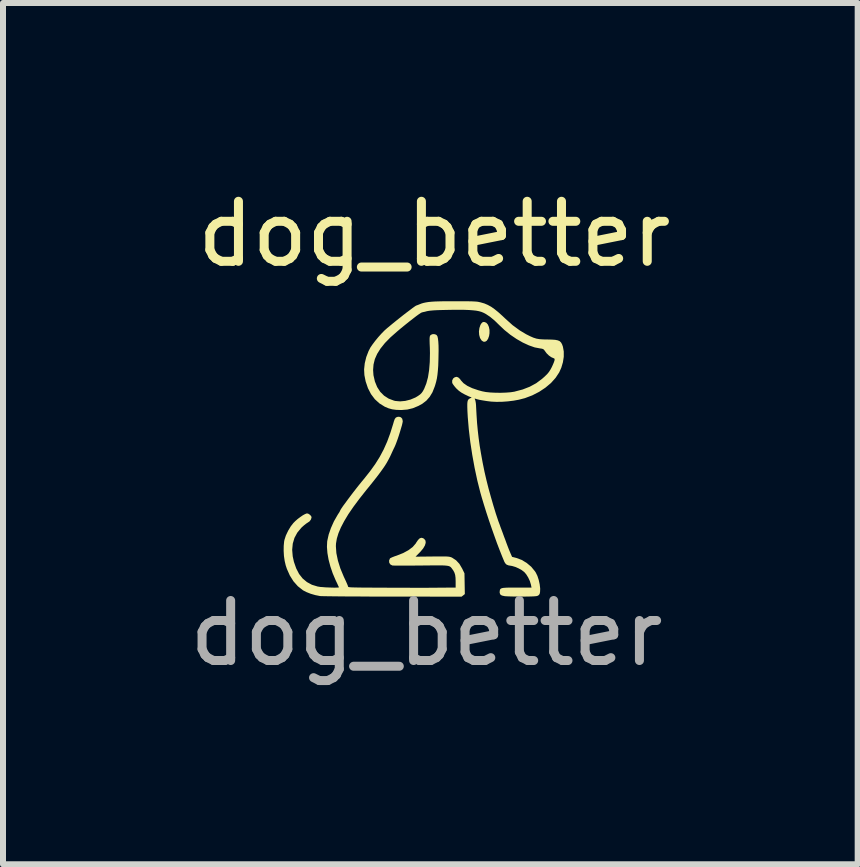
<source format=kicad_pcb>
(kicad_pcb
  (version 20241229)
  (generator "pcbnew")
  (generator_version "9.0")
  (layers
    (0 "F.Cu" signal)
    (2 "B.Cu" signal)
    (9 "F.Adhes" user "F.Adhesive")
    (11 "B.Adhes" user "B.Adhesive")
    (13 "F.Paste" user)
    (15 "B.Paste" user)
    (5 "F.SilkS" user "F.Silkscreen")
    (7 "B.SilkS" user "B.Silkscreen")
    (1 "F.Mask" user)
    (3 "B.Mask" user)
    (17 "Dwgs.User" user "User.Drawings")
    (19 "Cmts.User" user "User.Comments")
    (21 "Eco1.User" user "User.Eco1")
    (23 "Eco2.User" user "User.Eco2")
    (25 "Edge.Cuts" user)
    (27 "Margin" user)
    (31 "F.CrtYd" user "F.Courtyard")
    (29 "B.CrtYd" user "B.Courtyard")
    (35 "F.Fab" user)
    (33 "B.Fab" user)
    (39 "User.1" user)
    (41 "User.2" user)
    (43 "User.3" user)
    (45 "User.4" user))
  (footprint "dog_better"
    (layer "F.Cu")
    (at 4.054 4.998)
    (property "Reference" "dog_better" (at 0.13 -4.15 0) (unlocked yes) (layer "F.SilkS") (effects (font (size 1 1) (thickness 0.15))))
    (fp_poly (pts (xy 0.965 -2.684) (xy 0.996 -2.672) (xy 1.022 -2.643) (xy 1.04 -2.602) (xy 1.05 -2.552) (xy 1.05 -2.497) (xy 1.043 -2.452) (xy 1.026 -2.404) (xy 1.003 -2.371) (xy 0.975 -2.355) (xy 0.946 -2.357) (xy 0.917 -2.378) (xy 0.917 -2.378) (xy 0.892 -2.418) (xy 0.878 -2.469) (xy 0.874 -2.526) (xy 0.882 -2.584) (xy 0.899 -2.635) (xy 0.912 -2.657) (xy 0.931 -2.678) (xy 0.952 -2.685)) (stroke (width 0) (type solid)) (fill yes) (layer "F.SilkS"))
    (fp_poly (pts (xy -0.426 -1.097) (xy -0.404 -1.073) (xy -0.396 -1.037) (xy -0.395 -1.031) (xy -0.399 -1.006) (xy -0.408 -0.966) (xy -0.423 -0.916) (xy -0.44 -0.858) (xy -0.459 -0.797) (xy -0.479 -0.737) (xy -0.499 -0.682) (xy -0.517 -0.635) (xy -0.532 -0.601) (xy -0.536 -0.593) (xy -0.545 -0.575) (xy -0.559 -0.545) (xy -0.576 -0.508) (xy -0.581 -0.497) (xy -0.606 -0.443) (xy -0.632 -0.393) (xy -0.66 -0.342) (xy -0.692 -0.29) (xy -0.73 -0.235) (xy -0.774 -0.174) (xy -0.827 -0.104) (xy -0.889 -0.025) (xy -0.963 0.067) (xy -1.001 0.113) (xy -1.116 0.259) (xy -1.216 0.393) (xy -1.301 0.517) (xy -1.37 0.632) (xy -1.425 0.737) (xy -1.466 0.834) (xy -1.493 0.923) (xy -1.507 1.006) (xy -1.509 1.051) (xy -1.501 1.166) (xy -1.475 1.291) (xy -1.434 1.422) (xy -1.377 1.559) (xy -1.361 1.593) (xy -1.34 1.638) (xy -1.323 1.677) (xy -1.311 1.706) (xy -1.306 1.722) (xy -1.306 1.722) (xy -1.305 1.726) (xy -1.301 1.729) (xy -1.292 1.732) (xy -1.277 1.734) (xy -1.253 1.736) (xy -1.221 1.737) (xy -1.177 1.738) (xy -1.121 1.739) (xy -1.051 1.74) (xy -0.966 1.74) (xy -0.863 1.741) (xy -0.742 1.741) (xy -0.734 1.741) (xy -0.626 1.742) (xy -0.523 1.742) (xy -0.426 1.742) (xy -0.338 1.742) (xy -0.26 1.743) (xy -0.196 1.743) (xy -0.146 1.743) (xy -0.113 1.743) (xy -0.101 1.743) (xy -0.074 1.743) (xy -0.031 1.743) (xy 0.026 1.743) (xy 0.092 1.742) (xy 0.165 1.742) (xy 0.223 1.741) (xy 0.486 1.74) (xy 0.486 1.638) (xy 0.484 1.576) (xy 0.478 1.529) (xy 0.466 1.491) (xy 0.447 1.455) (xy 0.429 1.43) (xy 0.418 1.415) (xy 0.408 1.403) (xy 0.396 1.393) (xy 0.382 1.385) (xy 0.362 1.379) (xy 0.336 1.375) (xy 0.302 1.372) (xy 0.257 1.37) (xy 0.199 1.37) (xy 0.128 1.37) (xy 0.04 1.371) (xy -0.065 1.372) (xy -0.097 1.372) (xy -0.191 1.373) (xy -0.28 1.374) (xy -0.361 1.374) (xy -0.431 1.374) (xy -0.49 1.374) (xy -0.535 1.373) (xy -0.562 1.372) (xy -0.57 1.371) (xy -0.602 1.354) (xy -0.62 1.326) (xy -0.623 1.291) (xy -0.609 1.256) (xy -0.609 1.255) (xy -0.597 1.247) (xy -0.569 1.234) (xy -0.531 1.219) (xy -0.495 1.207) (xy -0.387 1.164) (xy -0.299 1.116) (xy -0.229 1.063) (xy -0.178 1.004) (xy -0.171 0.991) (xy -0.14 0.946) (xy -0.112 0.919) (xy -0.085 0.91) (xy -0.056 0.917) (xy -0.037 0.93) (xy -0.016 0.958) (xy -0.013 0.994) (xy -0.026 1.038) (xy -0.056 1.089) (xy -0.102 1.144) (xy -0.118 1.16) (xy -0.182 1.225) (xy 0.099 1.222) (xy 0.182 1.221) (xy 0.247 1.221) (xy 0.297 1.221) (xy 0.335 1.222) (xy 0.363 1.224) (xy 0.384 1.227) (xy 0.4 1.231) (xy 0.415 1.236) (xy 0.429 1.243) (xy 0.493 1.285) (xy 0.548 1.344) (xy 0.594 1.422) (xy 0.596 1.426) (xy 0.633 1.502) (xy 0.639 1.848) (xy 0.585 1.891) (xy -0.566 1.89) (xy -0.718 1.89) (xy -0.866 1.89) (xy -1.007 1.889) (xy -1.14 1.888) (xy -1.265 1.888) (xy -1.38 1.887) (xy -1.482 1.886) (xy -1.572 1.885) (xy -1.648 1.884) (xy -1.707 1.883) (xy -1.75 1.882) (xy -1.774 1.881) (xy -1.777 1.88) (xy -1.852 1.865) (xy -1.928 1.843) (xy -1.999 1.815) (xy -2.057 1.785) (xy -2.061 1.782) (xy -2.143 1.717) (xy -2.215 1.636) (xy -2.276 1.539) (xy -2.325 1.429) (xy -2.345 1.369) (xy -2.362 1.296) (xy -2.374 1.214) (xy -2.379 1.128) (xy -2.378 1.045) (xy -2.371 0.972) (xy -2.366 0.946) (xy -2.342 0.872) (xy -2.305 0.794) (xy -2.26 0.719) (xy -2.217 0.664) (xy -2.184 0.631) (xy -2.144 0.596) (xy -2.101 0.564) (xy -2.059 0.535) (xy -2.022 0.515) (xy -1.995 0.505) (xy -1.989 0.504) (xy -1.965 0.511) (xy -1.939 0.529) (xy -1.92 0.551) (xy -1.914 0.569) (xy -1.924 0.605) (xy -1.949 0.638) (xy -1.979 0.658) (xy -2.005 0.675) (xy -2.039 0.702) (xy -2.075 0.734) (xy -2.087 0.746) (xy -2.152 0.825) (xy -2.199 0.912) (xy -2.227 1.007) (xy -2.237 1.11) (xy -2.228 1.22) (xy -2.208 1.311) (xy -2.17 1.42) (xy -2.122 1.513) (xy -2.062 1.589) (xy -1.991 1.648) (xy -1.908 1.693) (xy -1.813 1.722) (xy -1.799 1.724) (xy -1.77 1.729) (xy -1.729 1.732) (xy -1.681 1.736) (xy -1.629 1.738) (xy -1.578 1.74) (xy -1.532 1.741) (xy -1.494 1.74) (xy -1.468 1.739) (xy -1.458 1.736) (xy -1.458 1.736) (xy -1.462 1.726) (xy -1.474 1.701) (xy -1.49 1.665) (xy -1.511 1.622) (xy -1.514 1.615) (xy -1.562 1.502) (xy -1.601 1.387) (xy -1.631 1.273) (xy -1.65 1.164) (xy -1.658 1.062) (xy -1.654 0.973) (xy -1.652 0.96) (xy -1.629 0.856) (xy -1.591 0.747) (xy -1.542 0.637) (xy -1.482 0.532) (xy -1.473 0.517) (xy -1.454 0.489) (xy -1.442 0.467) (xy -1.438 0.458) (xy -1.432 0.445) (xy -1.415 0.418) (xy -1.389 0.38) (xy -1.354 0.333) (xy -1.314 0.278) (xy -1.269 0.218) (xy -1.222 0.156) (xy -1.173 0.093) (xy -1.125 0.032) (xy -1.078 -0.026) (xy -1.043 -0.068) (xy -0.942 -0.195) (xy -0.854 -0.317) (xy -0.779 -0.437) (xy -0.713 -0.561) (xy -0.655 -0.691) (xy -0.603 -0.832) (xy -0.554 -0.989) (xy -0.543 -1.028) (xy -0.528 -1.069) (xy -0.509 -1.093) (xy -0.482 -1.104) (xy -0.457 -1.106)) (stroke (width 0) (type solid)) (fill yes) (layer "F.SilkS"))
    (fp_poly (pts (xy 0.568 -3.03) (xy 0.646 -3.03) (xy 0.709 -3.029) (xy 0.759 -3.028) (xy 0.799 -3.026) (xy 0.831 -3.024) (xy 0.857 -3.021) (xy 0.88 -3.016) (xy 0.903 -3.011) (xy 0.906 -3.01) (xy 0.965 -2.993) (xy 1.021 -2.969) (xy 1.076 -2.939) (xy 1.133 -2.899) (xy 1.195 -2.849) (xy 1.265 -2.786) (xy 1.318 -2.736) (xy 1.435 -2.631) (xy 1.554 -2.544) (xy 1.661 -2.48) (xy 1.727 -2.447) (xy 1.782 -2.423) (xy 1.833 -2.407) (xy 1.887 -2.398) (xy 1.948 -2.394) (xy 2.015 -2.393) (xy 2.09 -2.391) (xy 2.146 -2.387) (xy 2.189 -2.378) (xy 2.22 -2.364) (xy 2.242 -2.342) (xy 2.259 -2.312) (xy 2.273 -2.272) (xy 2.287 -2.193) (xy 2.287 -2.105) (xy 2.273 -2.014) (xy 2.246 -1.923) (xy 2.211 -1.845) (xy 2.151 -1.754) (xy 2.074 -1.668) (xy 1.981 -1.59) (xy 1.877 -1.521) (xy 1.762 -1.462) (xy 1.64 -1.416) (xy 1.54 -1.39) (xy 1.452 -1.374) (xy 1.355 -1.362) (xy 1.257 -1.355) (xy 1.163 -1.354) (xy 1.081 -1.358) (xy 1.072 -1.359) (xy 1.007 -1.367) (xy 0.944 -1.377) (xy 0.887 -1.387) (xy 0.842 -1.398) (xy 0.817 -1.406) (xy 0.804 -1.409) (xy 0.804 -1.401) (xy 0.81 -1.39) (xy 0.816 -1.369) (xy 0.822 -1.335) (xy 0.826 -1.293) (xy 0.826 -1.285) (xy 0.834 -1.135) (xy 0.843 -0.999) (xy 0.855 -0.873) (xy 0.869 -0.751) (xy 0.886 -0.627) (xy 0.908 -0.495) (xy 0.934 -0.351) (xy 0.942 -0.311) (xy 0.967 -0.188) (xy 0.998 -0.054) (xy 1.034 0.089) (xy 1.074 0.233) (xy 1.115 0.375) (xy 1.156 0.509) (xy 1.197 0.632) (xy 1.221 0.696) (xy 1.232 0.728) (xy 1.249 0.773) (xy 1.27 0.829) (xy 1.292 0.89) (xy 1.311 0.939) (xy 1.333 1) (xy 1.355 1.058) (xy 1.375 1.11) (xy 1.392 1.15) (xy 1.401 1.172) (xy 1.426 1.228) (xy 1.497 1.246) (xy 1.586 1.279) (xy 1.669 1.329) (xy 1.744 1.392) (xy 1.806 1.467) (xy 1.82 1.488) (xy 1.848 1.545) (xy 1.87 1.613) (xy 1.886 1.686) (xy 1.894 1.754) (xy 1.894 1.767) (xy 1.892 1.814) (xy 1.885 1.846) (xy 1.87 1.866) (xy 1.846 1.879) (xy 1.842 1.88) (xy 1.823 1.883) (xy 1.787 1.886) (xy 1.737 1.888) (xy 1.679 1.889) (xy 1.613 1.89) (xy 1.546 1.89) (xy 1.479 1.889) (xy 1.416 1.888) (xy 1.361 1.886) (xy 1.318 1.884) (xy 1.299 1.882) (xy 1.255 1.872) (xy 1.229 1.854) (xy 1.219 1.825) (xy 1.22 1.8) (xy 1.223 1.782) (xy 1.228 1.768) (xy 1.238 1.758) (xy 1.255 1.75) (xy 1.28 1.745) (xy 1.317 1.742) (xy 1.368 1.74) (xy 1.434 1.74) (xy 1.505 1.74) (xy 1.75 1.74) (xy 1.74 1.691) (xy 1.722 1.631) (xy 1.694 1.571) (xy 1.661 1.518) (xy 1.629 1.481) (xy 1.587 1.449) (xy 1.535 1.42) (xy 1.48 1.396) (xy 1.43 1.381) (xy 1.415 1.378) (xy 1.367 1.37) (xy 1.334 1.357) (xy 1.312 1.335) (xy 1.297 1.309) (xy 1.261 1.222) (xy 1.22 1.119) (xy 1.176 1.004) (xy 1.131 0.879) (xy 1.085 0.749) (xy 1.04 0.618) (xy 0.997 0.487) (xy 0.958 0.362) (xy 0.923 0.246) (xy 0.897 0.155) (xy 0.847 -0.044) (xy 0.802 -0.254) (xy 0.763 -0.469) (xy 0.73 -0.685) (xy 0.705 -0.897) (xy 0.688 -1.098) (xy 0.682 -1.203) (xy 0.68 -1.27) (xy 0.68 -1.319) (xy 0.683 -1.355) (xy 0.69 -1.38) (xy 0.701 -1.396) (xy 0.718 -1.409) (xy 0.733 -1.416) (xy 0.749 -1.425) (xy 0.75 -1.43) (xy 0.748 -1.43) (xy 0.732 -1.435) (xy 0.703 -1.446) (xy 0.666 -1.464) (xy 0.64 -1.476) (xy 0.584 -1.507) (xy 0.54 -1.538) (xy 0.501 -1.574) (xy 0.492 -1.583) (xy 0.465 -1.615) (xy 0.443 -1.645) (xy 0.43 -1.667) (xy 0.429 -1.67) (xy 0.428 -1.709) (xy 0.444 -1.743) (xy 0.47 -1.763) (xy 0.5 -1.771) (xy 0.528 -1.762) (xy 0.557 -1.736) (xy 0.574 -1.712) (xy 0.617 -1.665) (xy 0.68 -1.621) (xy 0.762 -1.582) (xy 0.865 -1.547) (xy 0.927 -1.53) (xy 0.988 -1.518) (xy 1.064 -1.51) (xy 1.148 -1.506) (xy 1.237 -1.505) (xy 1.323 -1.508) (xy 1.402 -1.514) (xy 1.467 -1.524) (xy 1.469 -1.525) (xy 1.602 -1.56) (xy 1.72 -1.606) (xy 1.827 -1.664) (xy 1.925 -1.737) (xy 1.966 -1.773) (xy 2.009 -1.815) (xy 2.04 -1.852) (xy 2.065 -1.891) (xy 2.086 -1.93) (xy 2.105 -1.971) (xy 2.121 -2.009) (xy 2.131 -2.038) (xy 2.133 -2.044) (xy 2.135 -2.067) (xy 2.127 -2.078) (xy 2.115 -2.082) (xy 2.079 -2.098) (xy 2.039 -2.126) (xy 2.002 -2.162) (xy 1.979 -2.193) (xy 1.96 -2.219) (xy 1.944 -2.233) (xy 1.921 -2.24) (xy 1.893 -2.244) (xy 1.803 -2.261) (xy 1.706 -2.295) (xy 1.604 -2.342) (xy 1.501 -2.401) (xy 1.398 -2.471) (xy 1.3 -2.55) (xy 1.215 -2.63) (xy 1.134 -2.709) (xy 1.059 -2.771) (xy 0.99 -2.817) (xy 0.948 -2.839) (xy 0.914 -2.853) (xy 0.875 -2.864) (xy 0.829 -2.873) (xy 0.774 -2.879) (xy 0.708 -2.884) (xy 0.629 -2.887) (xy 0.534 -2.887) (xy 0.423 -2.887) (xy 0.365 -2.886) (xy 0.27 -2.884) (xy 0.193 -2.882) (xy 0.131 -2.879) (xy 0.083 -2.875) (xy 0.045 -2.871) (xy 0.017 -2.866) (xy 0.01 -2.865) (xy -0.027 -2.855) (xy -0.06 -2.848) (xy -0.078 -2.843) (xy -0.095 -2.835) (xy -0.126 -2.814) (xy -0.169 -2.783) (xy -0.222 -2.742) (xy -0.285 -2.693) (xy -0.355 -2.637) (xy -0.431 -2.575) (xy -0.49 -2.525) (xy -0.6 -2.428) (xy -0.692 -2.334) (xy -0.765 -2.243) (xy -0.821 -2.154) (xy -0.86 -2.066) (xy -0.882 -1.976) (xy -0.889 -1.885) (xy -0.883 -1.798) (xy -0.859 -1.693) (xy -0.821 -1.6) (xy -0.77 -1.521) (xy -0.706 -1.457) (xy -0.63 -1.408) (xy -0.543 -1.375) (xy -0.519 -1.369) (xy -0.439 -1.362) (xy -0.353 -1.37) (xy -0.266 -1.392) (xy -0.183 -1.427) (xy -0.14 -1.453) (xy -0.105 -1.478) (xy -0.081 -1.502) (xy -0.06 -1.531) (xy -0.038 -1.572) (xy -0.038 -1.572) (xy -0.003 -1.659) (xy 0.025 -1.763) (xy 0.044 -1.883) (xy 0.055 -2.018) (xy 0.058 -2.167) (xy 0.056 -2.259) (xy 0.053 -2.325) (xy 0.052 -2.374) (xy 0.052 -2.409) (xy 0.054 -2.432) (xy 0.057 -2.448) (xy 0.062 -2.458) (xy 0.066 -2.464) (xy 0.093 -2.48) (xy 0.126 -2.483) (xy 0.158 -2.474) (xy 0.171 -2.464) (xy 0.183 -2.445) (xy 0.191 -2.41) (xy 0.197 -2.359) (xy 0.201 -2.291) (xy 0.202 -2.206) (xy 0.2 -2.102) (xy 0.199 -2.053) (xy 0.196 -1.956) (xy 0.19 -1.875) (xy 0.183 -1.806) (xy 0.174 -1.745) (xy 0.161 -1.688) (xy 0.145 -1.632) (xy 0.137 -1.608) (xy 0.1 -1.514) (xy 0.054 -1.438) (xy -0.002 -1.374) (xy -0.071 -1.321) (xy -0.135 -1.286) (xy -0.227 -1.248) (xy -0.318 -1.226) (xy -0.416 -1.218) (xy -0.427 -1.218) (xy -0.506 -1.221) (xy -0.572 -1.23) (xy -0.633 -1.247) (xy -0.695 -1.273) (xy -0.696 -1.274) (xy -0.783 -1.328) (xy -0.86 -1.398) (xy -0.924 -1.483) (xy -0.975 -1.582) (xy -1.013 -1.694) (xy -1.034 -1.799) (xy -1.039 -1.895) (xy -1.028 -1.997) (xy -1.003 -2.1) (xy -0.965 -2.199) (xy -0.934 -2.259) (xy -0.899 -2.31) (xy -0.854 -2.37) (xy -0.803 -2.432) (xy -0.75 -2.491) (xy -0.701 -2.541) (xy -0.689 -2.552) (xy -0.654 -2.583) (xy -0.609 -2.62) (xy -0.557 -2.663) (xy -0.5 -2.709) (xy -0.441 -2.756) (xy -0.383 -2.802) (xy -0.327 -2.845) (xy -0.275 -2.884) (xy -0.232 -2.917) (xy -0.198 -2.941) (xy -0.177 -2.955) (xy -0.173 -2.957) (xy -0.143 -2.968) (xy -0.118 -2.978) (xy -0.116 -2.979) (xy -0.083 -2.992) (xy -0.049 -3.002) (xy -0.011 -3.01) (xy 0.032 -3.017) (xy 0.083 -3.022) (xy 0.144 -3.026) (xy 0.217 -3.028) (xy 0.305 -3.03) (xy 0.41 -3.03) (xy 0.472 -3.03)) (stroke (width 0) (type solid)) (fill yes) (layer "F.SilkS"))
    (fp_text user "${REFERENCE}" (at 0 2.5 0) (unlocked yes) (layer "F.Fab") (effects (font (size 1 1) (thickness 0.15)))))
  (gr_rect
    (start -3 -3)
    (end 11.237 11.347)
    (stroke (width 0.1) (type default))
    (fill no)
    (layer "Edge.Cuts")))
</source>
